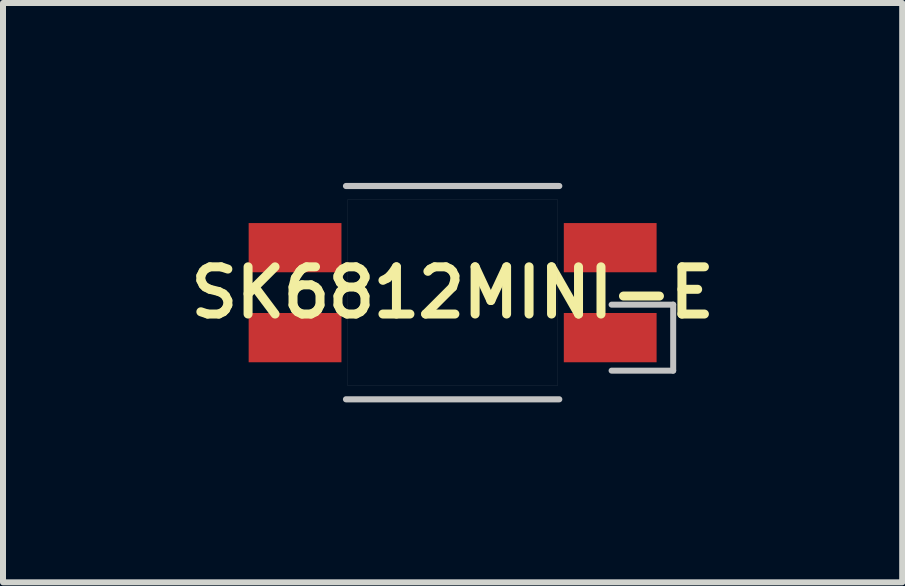
<source format=kicad_pcb>
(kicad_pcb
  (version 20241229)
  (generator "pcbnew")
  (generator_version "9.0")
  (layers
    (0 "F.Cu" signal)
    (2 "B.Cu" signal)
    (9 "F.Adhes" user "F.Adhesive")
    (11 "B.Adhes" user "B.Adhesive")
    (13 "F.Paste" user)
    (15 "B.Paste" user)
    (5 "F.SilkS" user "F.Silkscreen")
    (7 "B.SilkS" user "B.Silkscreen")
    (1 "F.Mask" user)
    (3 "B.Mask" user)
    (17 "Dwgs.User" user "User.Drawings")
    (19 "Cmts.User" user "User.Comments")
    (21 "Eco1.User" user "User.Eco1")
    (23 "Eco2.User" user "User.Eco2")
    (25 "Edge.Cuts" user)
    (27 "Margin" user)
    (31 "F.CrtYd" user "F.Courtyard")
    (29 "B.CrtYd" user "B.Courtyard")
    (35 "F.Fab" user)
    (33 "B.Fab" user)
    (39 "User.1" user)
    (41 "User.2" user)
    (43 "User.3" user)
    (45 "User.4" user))
  (footprint "SK6812MINI-E"
    (layer "F.Cu")
    (at 4.496 1.829)
    (property "Reference" "SK6812MINI-E" (at 0 0 0) (layer "F.SilkS") (effects (font (size 0.787 0.787) (thickness 0.15))))
    (attr smd)
    (fp_poly (pts (xy -1.75 -1.55) (xy 1.75 -1.55) (xy 1.75 1.55) (xy -1.75 1.55)) (stroke (width 0.01) (type solid)) (fill yes) (layer "F.Mask"))
    (fp_poly (pts (xy -1.75 -1.55) (xy 1.75 -1.55) (xy 1.75 1.55) (xy -1.75 1.55)) (stroke (width 0.01) (type solid)) (fill yes) (layer "B.Mask"))
    (fp_line (start -1.778 -1.778) (end 1.778 -1.778) (stroke (width 0.102) (type solid)) (layer "Dwgs.User"))
    (fp_line (start -1.778 1.778) (end 1.778 1.778) (stroke (width 0.102) (type solid)) (layer "Dwgs.User"))
    (fp_line (start -1.75 -1.55) (end -1.75 1.55) (stroke (width 0.001) (type solid)) (layer "Dwgs.User"))
    (fp_line (start -1.75 1.55) (end 1.75 1.55) (stroke (width 0.001) (type solid)) (layer "Dwgs.User"))
    (fp_line (start 1.75 -1.55) (end -1.75 -1.55) (stroke (width 0.001) (type solid)) (layer "Dwgs.User"))
    (fp_line (start 1.75 1.55) (end 1.75 -1.55) (stroke (width 0.001) (type solid)) (layer "Dwgs.User"))
    (fp_line (start 2.65 1.3) (end 3.677 1.3) (stroke (width 0.1) (type solid)) (layer "Dwgs.User"))
    (fp_line (start 3.677 0.2) (end 2.65 0.2) (stroke (width 0.1) (type solid)) (layer "Dwgs.User"))
    (fp_line (start 3.677 1.3) (end 3.677 0.2) (stroke (width 0.1) (type solid)) (layer "Dwgs.User"))
    (pad "P$1" smd custom (at -2.628 -0.75) (size 1.35 0.635) (layers "F.Cu" "F.Mask" "F.Paste") (options (anchor rect)) (primitives (gr_poly (pts (xy 0.774 0.41) (xy -0.772 0.41) (xy -0.772 -0.41) (xy 0.774 -0.41)) (width 0.001) (fill yes))))
    (pad "P$2" smd custom (at -2.628 0.75) (size 1.35 0.635) (layers "F.Cu" "F.Mask" "F.Paste") (options (anchor rect)) (primitives (gr_poly (pts (xy -0.772 -0.41) (xy -0.772 0.41) (xy 0.774 0.41) (xy 0.774 -0.41)) (width 0.001) (fill yes))))
    (pad "P$3" smd custom (at 2.628 0.75) (size 1.35 0.635) (layers "F.Cu" "F.Mask" "F.Paste") (options (anchor rect)) (primitives (gr_poly (pts (xy 0.772 -0.41) (xy 0.772 0.41) (xy -0.774 0.41) (xy -0.774 -0.41)) (width 0.001) (fill yes))))
    (pad "P$4" smd custom (at 2.628 -0.75) (size 1.35 0.635) (layers "F.Cu" "F.Mask" "F.Paste") (options (anchor rect)) (primitives (gr_poly (pts (xy -0.774 -0.41) (xy -0.774 0.41) (xy 0.772 0.41) (xy 0.772 -0.41)) (width 0.001) (fill yes)))))
  (gr_rect
    (start -3 -3)
    (end 11.991 6.658)
    (stroke (width 0.1) (type default))
    (fill no)
    (layer "Edge.Cuts")))
</source>
